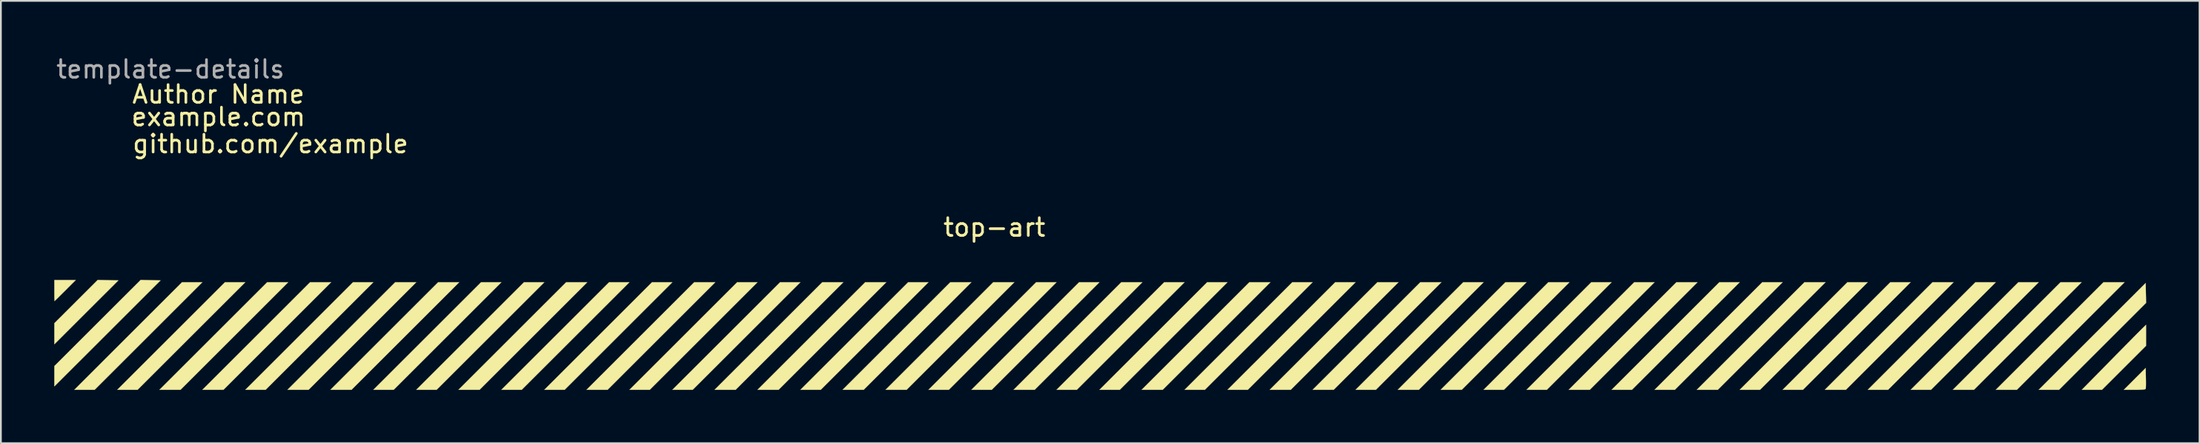
<source format=kicad_pcb>
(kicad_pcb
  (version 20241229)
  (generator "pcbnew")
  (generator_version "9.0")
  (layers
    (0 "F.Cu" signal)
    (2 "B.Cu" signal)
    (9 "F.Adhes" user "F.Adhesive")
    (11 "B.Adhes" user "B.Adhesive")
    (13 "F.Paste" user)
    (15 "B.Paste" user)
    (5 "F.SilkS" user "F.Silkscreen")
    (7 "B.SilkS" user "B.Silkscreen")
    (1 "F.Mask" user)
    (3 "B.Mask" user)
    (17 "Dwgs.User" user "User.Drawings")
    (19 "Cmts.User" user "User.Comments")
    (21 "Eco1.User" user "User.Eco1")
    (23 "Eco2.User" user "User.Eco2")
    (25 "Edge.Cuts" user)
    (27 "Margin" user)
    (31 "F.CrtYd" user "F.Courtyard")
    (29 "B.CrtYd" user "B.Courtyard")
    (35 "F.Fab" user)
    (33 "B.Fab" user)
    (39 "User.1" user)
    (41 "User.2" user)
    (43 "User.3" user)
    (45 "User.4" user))
  (footprint "template-details"
    (layer "F.Cu")
    (at 9.23 3.148)
    (property "Reference" "template-details" (at -2.7 -2.3 0) (layer "F.Fab") (effects (font (size 1 1) (thickness 0.15))))
    (attr through_hole)
    (fp_text user "example.com" (at 0 0.381 0) (layer "F.SilkS") (effects (font (size 1 1) (thickness 0.15))))
    (fp_text user "Author Name" (at 0 -0.889 180) (layer "F.SilkS") (effects (font (size 1 1) (thickness 0.15))))
    (fp_text user "github.com/example" (at 2.921 1.905 0) (layer "F.SilkS") (effects (font (size 1 1) (thickness 0.15)))))
  (footprint "top-art"
    (layer "F.Cu")
    (at 52.837 16.1)
    (property "Reference" "top-art" (at 0 -6.35 0) (layer "F.SilkS") (effects (font (size 1 1) (thickness 0.15))))
    (attr through_hole)
    (fp_poly (pts (xy -40.957 2.794) (xy -42.1 2.794) (xy -36.047 -3.26) (xy -34.904 -3.26) (xy -40.957 2.794)) (stroke (width 0.01) (type solid)) (fill yes) (layer "F.SilkS"))
    (fp_poly (pts (xy -38.544 2.794) (xy -39.73 2.794) (xy -33.676 -3.26) (xy -32.491 -3.26) (xy -38.544 2.794)) (stroke (width 0.01) (type solid)) (fill yes) (layer "F.SilkS"))
    (fp_poly (pts (xy -36.131 2.794) (xy -37.317 2.794) (xy -31.263 -3.26) (xy -30.078 -3.26) (xy -36.131 2.794)) (stroke (width 0.01) (type solid)) (fill yes) (layer "F.SilkS"))
    (fp_poly (pts (xy -33.761 2.794) (xy -34.904 2.794) (xy -28.85 -3.26) (xy -27.707 -3.26) (xy -33.761 2.794)) (stroke (width 0.01) (type solid)) (fill yes) (layer "F.SilkS"))
    (fp_poly (pts (xy -31.348 2.794) (xy -32.491 2.794) (xy -26.437 -3.26) (xy -25.294 -3.26) (xy -31.348 2.794)) (stroke (width 0.01) (type solid)) (fill yes) (layer "F.SilkS"))
    (fp_poly (pts (xy -19.367 2.794) (xy -20.51 2.794) (xy -14.457 -3.26) (xy -13.314 -3.26) (xy -19.367 2.794)) (stroke (width 0.01) (type solid)) (fill yes) (layer "F.SilkS"))
    (fp_poly (pts (xy -16.954 2.794) (xy -18.097 2.794) (xy -12.044 -3.26) (xy -10.901 -3.26) (xy -16.954 2.794)) (stroke (width 0.01) (type solid)) (fill yes) (layer "F.SilkS"))
    (fp_poly (pts (xy -14.541 2.794) (xy -15.727 2.794) (xy -9.673 -3.26) (xy -8.488 -3.26) (xy -14.541 2.794)) (stroke (width 0.01) (type solid)) (fill yes) (layer "F.SilkS"))
    (fp_poly (pts (xy -12.128 2.794) (xy -13.314 2.794) (xy -7.26 -3.26) (xy -6.075 -3.26) (xy -12.128 2.794)) (stroke (width 0.01) (type solid)) (fill yes) (layer "F.SilkS"))
    (fp_poly (pts (xy -9.758 2.794) (xy -10.901 2.794) (xy -4.847 -3.26) (xy -3.704 -3.26) (xy -9.758 2.794)) (stroke (width 0.01) (type solid)) (fill yes) (layer "F.SilkS"))
    (fp_poly (pts (xy 4.636 2.794) (xy 3.493 2.794) (xy 9.546 -3.26) (xy 10.689 -3.26) (xy 4.636 2.794)) (stroke (width 0.01) (type solid)) (fill yes) (layer "F.SilkS"))
    (fp_poly (pts (xy 7.049 2.794) (xy 5.906 2.794) (xy 11.959 -3.26) (xy 13.102 -3.26) (xy 7.049 2.794)) (stroke (width 0.01) (type solid)) (fill yes) (layer "F.SilkS"))
    (fp_poly (pts (xy 9.462 2.794) (xy 8.276 2.794) (xy 14.33 -3.26) (xy 15.515 -3.26) (xy 9.462 2.794)) (stroke (width 0.01) (type solid)) (fill yes) (layer "F.SilkS"))
    (fp_poly (pts (xy 11.832 2.794) (xy 10.689 2.794) (xy 16.743 -3.26) (xy 17.886 -3.26) (xy 11.832 2.794)) (stroke (width 0.01) (type solid)) (fill yes) (layer "F.SilkS"))
    (fp_poly (pts (xy 14.245 2.794) (xy 13.102 2.794) (xy 19.156 -3.26) (xy 20.299 -3.26) (xy 14.245 2.794)) (stroke (width 0.01) (type solid)) (fill yes) (layer "F.SilkS"))
    (fp_poly (pts (xy 28.639 2.794) (xy 27.496 2.794) (xy 33.549 -3.26) (xy 34.692 -3.26) (xy 28.639 2.794)) (stroke (width 0.01) (type solid)) (fill yes) (layer "F.SilkS"))
    (fp_poly (pts (xy 31.052 2.794) (xy 29.909 2.794) (xy 35.962 -3.26) (xy 37.105 -3.26) (xy 31.052 2.794)) (stroke (width 0.01) (type solid)) (fill yes) (layer "F.SilkS"))
    (fp_poly (pts (xy 33.465 2.794) (xy 32.279 2.794) (xy 38.333 -3.26) (xy 39.518 -3.26) (xy 33.465 2.794)) (stroke (width 0.01) (type solid)) (fill yes) (layer "F.SilkS"))
    (fp_poly (pts (xy 35.835 2.794) (xy 34.692 2.794) (xy 40.746 -3.26) (xy 41.889 -3.26) (xy 35.835 2.794)) (stroke (width 0.01) (type solid)) (fill yes) (layer "F.SilkS"))
    (fp_poly (pts (xy 38.248 2.794) (xy 37.105 2.794) (xy 43.159 -3.26) (xy 44.302 -3.26) (xy 38.248 2.794)) (stroke (width 0.01) (type solid)) (fill yes) (layer "F.SilkS"))
    (fp_poly (pts (xy 50.229 2.794) (xy 49.086 2.794) (xy 55.139 -3.26) (xy 56.282 -3.26) (xy 50.229 2.794)) (stroke (width 0.01) (type solid)) (fill yes) (layer "F.SilkS"))
    (fp_poly (pts (xy 52.642 2.794) (xy 51.499 2.794) (xy 57.552 -3.26) (xy 58.695 -3.26) (xy 52.642 2.794)) (stroke (width 0.01) (type solid)) (fill yes) (layer "F.SilkS"))
    (fp_poly (pts (xy 55.055 2.794) (xy 53.869 2.794) (xy 59.923 -3.26) (xy 61.108 -3.26) (xy 55.055 2.794)) (stroke (width 0.01) (type solid)) (fill yes) (layer "F.SilkS"))
    (fp_poly (pts (xy 57.468 2.794) (xy 56.282 2.794) (xy 62.336 -3.26) (xy 63.521 -3.26) (xy 57.468 2.794)) (stroke (width 0.01) (type solid)) (fill yes) (layer "F.SilkS"))
    (fp_poly (pts (xy -42.714 -0.233) (xy -45.741 2.794) (xy -46.926 2.794) (xy -40.873 -3.26) (xy -39.688 -3.26) (xy -42.714 -0.233)) (stroke (width 0.01) (type solid)) (fill yes) (layer "F.SilkS"))
    (fp_poly (pts (xy -40.301 -0.233) (xy -43.328 2.794) (xy -44.513 2.794) (xy -38.46 -3.26) (xy -37.275 -3.26) (xy -40.301 -0.233)) (stroke (width 0.01) (type solid)) (fill yes) (layer "F.SilkS"))
    (fp_poly (pts (xy -28.935 2.794) (xy -30.12 2.794) (xy -27.093 -0.233) (xy -24.067 -3.26) (xy -22.881 -3.26) (xy -28.935 2.794)) (stroke (width 0.01) (type solid)) (fill yes) (layer "F.SilkS"))
    (fp_poly (pts (xy -18.711 -0.233) (xy -21.738 2.794) (xy -22.923 2.794) (xy -16.87 -3.26) (xy -15.685 -3.26) (xy -18.711 -0.233)) (stroke (width 0.01) (type solid)) (fill yes) (layer "F.SilkS"))
    (fp_poly (pts (xy -7.345 2.794) (xy -8.53 2.794) (xy -5.503 -0.233) (xy -2.477 -3.26) (xy -1.291 -3.26) (xy -7.345 2.794)) (stroke (width 0.01) (type solid)) (fill yes) (layer "F.SilkS"))
    (fp_poly (pts (xy -4.932 2.794) (xy -6.117 2.794) (xy -3.09 -0.233) (xy -0.064 -3.26) (xy 1.122 -3.26) (xy -4.932 2.794)) (stroke (width 0.01) (type solid)) (fill yes) (layer "F.SilkS"))
    (fp_poly (pts (xy 5.292 -0.233) (xy 2.265 2.794) (xy 1.08 2.794) (xy 7.133 -3.26) (xy 8.318 -3.26) (xy 5.292 -0.233)) (stroke (width 0.01) (type solid)) (fill yes) (layer "F.SilkS"))
    (fp_poly (pts (xy 16.658 2.794) (xy 15.473 2.794) (xy 18.5 -0.233) (xy 21.526 -3.26) (xy 22.712 -3.26) (xy 16.658 2.794)) (stroke (width 0.01) (type solid)) (fill yes) (layer "F.SilkS"))
    (fp_poly (pts (xy 19.071 2.794) (xy 17.886 2.794) (xy 20.913 -0.233) (xy 23.939 -3.26) (xy 25.125 -3.26) (xy 19.071 2.794)) (stroke (width 0.01) (type solid)) (fill yes) (layer "F.SilkS"))
    (fp_poly (pts (xy 26.882 -0.233) (xy 23.855 2.794) (xy 22.67 2.794) (xy 28.723 -3.26) (xy 29.908 -3.26) (xy 26.882 -0.233)) (stroke (width 0.01) (type solid)) (fill yes) (layer "F.SilkS"))
    (fp_poly (pts (xy 29.295 -0.233) (xy 26.268 2.794) (xy 25.083 2.794) (xy 31.136 -3.26) (xy 32.321 -3.26) (xy 29.295 -0.233)) (stroke (width 0.01) (type solid)) (fill yes) (layer "F.SilkS"))
    (fp_poly (pts (xy 40.661 2.794) (xy 39.476 2.794) (xy 42.503 -0.233) (xy 45.529 -3.26) (xy 46.715 -3.26) (xy 40.661 2.794)) (stroke (width 0.01) (type solid)) (fill yes) (layer "F.SilkS"))
    (fp_poly (pts (xy 50.885 -0.233) (xy 47.858 2.794) (xy 46.673 2.794) (xy 52.726 -3.26) (xy 53.911 -3.26) (xy 50.885 -0.233)) (stroke (width 0.01) (type solid)) (fill yes) (layer "F.SilkS"))
    (fp_poly (pts (xy -49.233 -3.365) (xy -51.033 -1.567) (xy -52.832 0.232) (xy -52.832 -0.953) (xy -51.613 -2.171) (xy -50.395 -3.389) (xy -49.233 -3.365)) (stroke (width 0.01) (type solid)) (fill yes) (layer "F.SilkS"))
    (fp_poly (pts (xy -47.54 -0.233) (xy -50.567 2.794) (xy -51.71 2.794) (xy -48.683 -0.233) (xy -45.657 -3.26) (xy -44.514 -3.26) (xy -47.54 -0.233)) (stroke (width 0.01) (type solid)) (fill yes) (layer "F.SilkS"))
    (fp_poly (pts (xy -45.127 -0.233) (xy -48.154 2.794) (xy -49.297 2.794) (xy -46.27 -0.233) (xy -43.244 -3.26) (xy -42.101 -3.26) (xy -45.127 -0.233)) (stroke (width 0.01) (type solid)) (fill yes) (layer "F.SilkS"))
    (fp_poly (pts (xy -23.537 -0.233) (xy -26.564 2.794) (xy -27.707 2.794) (xy -24.68 -0.233) (xy -21.654 -3.26) (xy -20.511 -3.26) (xy -23.537 -0.233)) (stroke (width 0.01) (type solid)) (fill yes) (layer "F.SilkS"))
    (fp_poly (pts (xy -21.124 -0.233) (xy -24.151 2.794) (xy -25.294 2.794) (xy -22.267 -0.233) (xy -19.241 -3.26) (xy -18.098 -3.26) (xy -21.124 -0.233)) (stroke (width 0.01) (type solid)) (fill yes) (layer "F.SilkS"))
    (fp_poly (pts (xy 0.466 -0.233) (xy -2.561 2.794) (xy -3.704 2.794) (xy -0.677 -0.233) (xy 2.349 -3.26) (xy 3.492 -3.26) (xy 0.466 -0.233)) (stroke (width 0.01) (type solid)) (fill yes) (layer "F.SilkS"))
    (fp_poly (pts (xy 2.879 -0.233) (xy -0.148 2.794) (xy -1.291 2.794) (xy 1.736 -0.233) (xy 4.762 -3.26) (xy 5.905 -3.26) (xy 2.879 -0.233)) (stroke (width 0.01) (type solid)) (fill yes) (layer "F.SilkS"))
    (fp_poly (pts (xy 24.469 -0.233) (xy 21.442 2.794) (xy 20.299 2.794) (xy 23.326 -0.233) (xy 26.352 -3.26) (xy 27.495 -3.26) (xy 24.469 -0.233)) (stroke (width 0.01) (type solid)) (fill yes) (layer "F.SilkS"))
    (fp_poly (pts (xy 46.059 -0.233) (xy 43.032 2.794) (xy 41.889 2.794) (xy 44.916 -0.233) (xy 47.942 -3.26) (xy 49.085 -3.26) (xy 46.059 -0.233)) (stroke (width 0.01) (type solid)) (fill yes) (layer "F.SilkS"))
    (fp_poly (pts (xy 48.472 -0.233) (xy 45.445 2.794) (xy 44.302 2.794) (xy 47.329 -0.233) (xy 50.355 -3.26) (xy 51.498 -3.26) (xy 48.472 -0.233)) (stroke (width 0.01) (type solid)) (fill yes) (layer "F.SilkS"))
    (fp_poly (pts (xy -47.422 -3.377) (xy -46.863 -3.365) (xy -49.847 -0.381) (xy -52.832 2.603) (xy -52.832 1.46) (xy -50.407 -0.965) (xy -47.982 -3.389) (xy -47.422 -3.377)) (stroke (width 0.01) (type solid)) (fill yes) (layer "F.SilkS"))
    (fp_poly (pts (xy 64.718 -2.658) (xy 64.73 -2.098) (xy 62.284 0.348) (xy 59.838 2.794) (xy 58.695 2.794) (xy 61.701 -0.212) (xy 64.707 -3.218) (xy 64.718 -2.658)) (stroke (width 0.01) (type solid)) (fill yes) (layer "F.SilkS"))
    (fp_poly (pts (xy 64.718 2.124) (xy 64.721 2.337) (xy 64.721 2.521) (xy 64.717 2.659) (xy 64.711 2.734) (xy 64.709 2.739) (xy 64.678 2.762) (xy 64.599 2.778) (xy 64.462 2.788) (xy 64.257 2.793) (xy 64.084 2.794) (xy 63.48 2.794) (xy 64.707 1.565) (xy 64.718 2.124)) (stroke (width 0.01) (type solid)) (fill yes) (layer "F.SilkS"))
    (fp_poly (pts (xy -52.218 -2.794) (xy -52.4 -2.613) (xy -52.56 -2.454) (xy -52.689 -2.326) (xy -52.779 -2.24) (xy -52.819 -2.202) (xy -52.821 -2.201) (xy -52.825 -2.241) (xy -52.828 -2.35) (xy -52.831 -2.514) (xy -52.832 -2.717) (xy -52.832 -2.794) (xy -52.832 -3.387) (xy -51.627 -3.387) (xy -52.218 -2.794)) (stroke (width 0.01) (type solid)) (fill yes) (layer "F.SilkS"))
    (fp_poly (pts (xy 64.728 0.318) (xy 62.251 2.794) (xy 61.119 2.794) (xy 62.687 1.196) (xy 62.995 0.882) (xy 63.292 0.58) (xy 63.572 0.296) (xy 63.827 0.037) (xy 64.051 -0.191) (xy 64.239 -0.38) (xy 64.382 -0.524) (xy 64.474 -0.616) (xy 64.491 -0.634) (xy 64.728 -0.865) (xy 64.728 0.318)) (stroke (width 0.01) (type solid)) (fill yes) (layer "F.SilkS")))
  (gr_rect
    (start -3 -3)
    (end 120.572 21.899)
    (stroke (width 0.1) (type default))
    (fill no)
    (layer "Edge.Cuts")))
</source>
